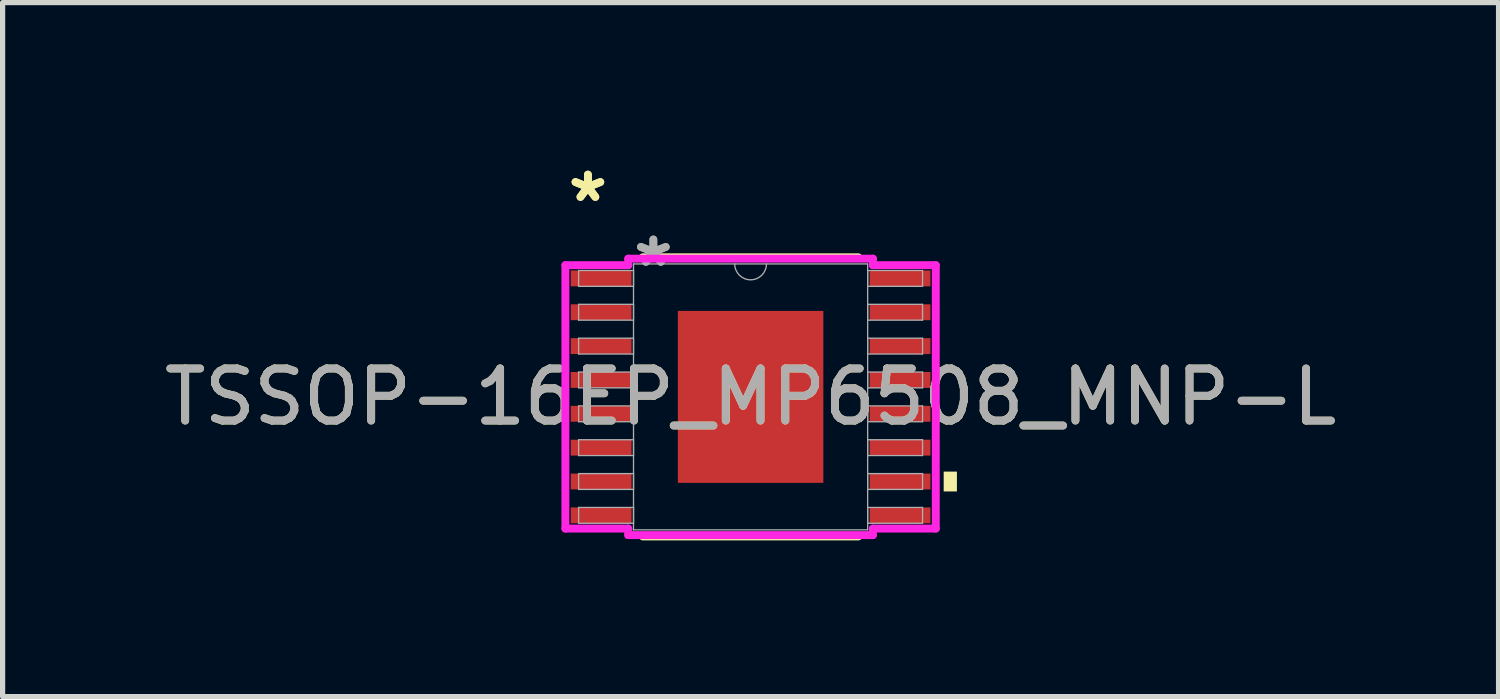
<source format=kicad_pcb>
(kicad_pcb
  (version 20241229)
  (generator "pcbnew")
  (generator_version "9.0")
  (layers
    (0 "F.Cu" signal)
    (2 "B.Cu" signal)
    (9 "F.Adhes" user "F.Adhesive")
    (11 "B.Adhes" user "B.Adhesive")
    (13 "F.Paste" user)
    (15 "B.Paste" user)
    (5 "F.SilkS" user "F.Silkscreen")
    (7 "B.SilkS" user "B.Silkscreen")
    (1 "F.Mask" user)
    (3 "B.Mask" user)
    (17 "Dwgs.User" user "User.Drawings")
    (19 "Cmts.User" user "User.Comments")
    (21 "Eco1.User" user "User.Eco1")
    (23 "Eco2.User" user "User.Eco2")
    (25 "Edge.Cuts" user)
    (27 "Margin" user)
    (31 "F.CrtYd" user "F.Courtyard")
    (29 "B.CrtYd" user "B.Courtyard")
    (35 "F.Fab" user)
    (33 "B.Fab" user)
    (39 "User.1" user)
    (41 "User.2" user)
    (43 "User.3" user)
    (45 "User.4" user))
  (footprint "TSSOP-16EP_MP6508_MNP-L"
    (layer "F.Cu")
    (at 11.363 4.571)
    (property "Reference" "TSSOP-16EP_MP6508_MNP-L" (at 0 0 0) (unlocked yes) (layer "F.SilkS") (effects (font (size 1 1) (thickness 0.15))))
    (attr smd)
    (fp_line (start -2.069 2.68) (end 2.069 2.68) (stroke (width 0.152) (type solid)) (layer "F.SilkS"))
    (fp_line (start 2.069 -2.68) (end -2.069 -2.68) (stroke (width 0.152) (type solid)) (layer "F.SilkS"))
    (fp_poly (pts (xy 3.962 1.435) (xy 3.962 1.816) (xy 3.708 1.816) (xy 3.708 1.435)) (stroke (width 0) (type solid)) (fill yes) (layer "F.SilkS"))
    (fp_poly (pts (xy -1.297 -1.551) (xy -1.297 -0.1) (xy -0.1 -0.1) (xy -0.1 -1.551)) (stroke (width 0) (type solid)) (fill yes) (layer "F.Paste"))
    (fp_poly (pts (xy -1.297 0.1) (xy -1.297 1.551) (xy -0.1 1.551) (xy -0.1 0.1)) (stroke (width 0) (type solid)) (fill yes) (layer "F.Paste"))
    (fp_poly (pts (xy 0.1 -1.551) (xy 0.1 -0.1) (xy 1.297 -0.1) (xy 1.297 -1.551)) (stroke (width 0) (type solid)) (fill yes) (layer "F.Paste"))
    (fp_poly (pts (xy 0.1 0.1) (xy 0.1 1.551) (xy 1.297 1.551) (xy 1.297 0.1)) (stroke (width 0) (type solid)) (fill yes) (layer "F.Paste"))
    (fp_line (start -3.556 -2.529) (end -2.349 -2.529) (stroke (width 0.152) (type solid)) (layer "F.CrtYd"))
    (fp_line (start -3.556 2.529) (end -3.556 -2.529) (stroke (width 0.152) (type solid)) (layer "F.CrtYd"))
    (fp_line (start -3.556 2.529) (end -2.349 2.529) (stroke (width 0.152) (type solid)) (layer "F.CrtYd"))
    (fp_line (start -2.349 -2.654) (end 2.349 -2.654) (stroke (width 0.152) (type solid)) (layer "F.CrtYd"))
    (fp_line (start -2.349 -2.529) (end -2.349 -2.654) (stroke (width 0.152) (type solid)) (layer "F.CrtYd"))
    (fp_line (start -2.349 2.654) (end -2.349 2.529) (stroke (width 0.152) (type solid)) (layer "F.CrtYd"))
    (fp_line (start 2.349 -2.654) (end 2.349 -2.529) (stroke (width 0.152) (type solid)) (layer "F.CrtYd"))
    (fp_line (start 2.349 2.529) (end 2.349 2.654) (stroke (width 0.152) (type solid)) (layer "F.CrtYd"))
    (fp_line (start 2.349 2.654) (end -2.349 2.654) (stroke (width 0.152) (type solid)) (layer "F.CrtYd"))
    (fp_line (start 3.556 -2.529) (end 2.349 -2.529) (stroke (width 0.152) (type solid)) (layer "F.CrtYd"))
    (fp_line (start 3.556 -2.529) (end 3.556 2.529) (stroke (width 0.152) (type solid)) (layer "F.CrtYd"))
    (fp_line (start 3.556 2.529) (end 2.349 2.529) (stroke (width 0.152) (type solid)) (layer "F.CrtYd"))
    (fp_line (start -3.302 -2.427) (end -3.302 -2.123) (stroke (width 0.025) (type solid)) (layer "F.Fab"))
    (fp_line (start -3.302 -2.123) (end -2.248 -2.123) (stroke (width 0.025) (type solid)) (layer "F.Fab"))
    (fp_line (start -3.302 -1.777) (end -3.302 -1.473) (stroke (width 0.025) (type solid)) (layer "F.Fab"))
    (fp_line (start -3.302 -1.473) (end -2.248 -1.473) (stroke (width 0.025) (type solid)) (layer "F.Fab"))
    (fp_line (start -3.302 -1.127) (end -3.302 -0.823) (stroke (width 0.025) (type solid)) (layer "F.Fab"))
    (fp_line (start -3.302 -0.823) (end -2.248 -0.823) (stroke (width 0.025) (type solid)) (layer "F.Fab"))
    (fp_line (start -3.302 -0.477) (end -3.302 -0.173) (stroke (width 0.025) (type solid)) (layer "F.Fab"))
    (fp_line (start -3.302 -0.173) (end -2.248 -0.173) (stroke (width 0.025) (type solid)) (layer "F.Fab"))
    (fp_line (start -3.302 0.173) (end -3.302 0.477) (stroke (width 0.025) (type solid)) (layer "F.Fab"))
    (fp_line (start -3.302 0.477) (end -2.248 0.477) (stroke (width 0.025) (type solid)) (layer "F.Fab"))
    (fp_line (start -3.302 0.823) (end -3.302 1.127) (stroke (width 0.025) (type solid)) (layer "F.Fab"))
    (fp_line (start -3.302 1.127) (end -2.248 1.127) (stroke (width 0.025) (type solid)) (layer "F.Fab"))
    (fp_line (start -3.302 1.473) (end -3.302 1.777) (stroke (width 0.025) (type solid)) (layer "F.Fab"))
    (fp_line (start -3.302 1.777) (end -2.248 1.777) (stroke (width 0.025) (type solid)) (layer "F.Fab"))
    (fp_line (start -3.302 2.123) (end -3.302 2.427) (stroke (width 0.025) (type solid)) (layer "F.Fab"))
    (fp_line (start -3.302 2.427) (end -2.248 2.427) (stroke (width 0.025) (type solid)) (layer "F.Fab"))
    (fp_line (start -2.248 -2.553) (end -2.248 2.553) (stroke (width 0.025) (type solid)) (layer "F.Fab"))
    (fp_line (start -2.248 -2.427) (end -3.302 -2.427) (stroke (width 0.025) (type solid)) (layer "F.Fab"))
    (fp_line (start -2.248 -2.123) (end -2.248 -2.427) (stroke (width 0.025) (type solid)) (layer "F.Fab"))
    (fp_line (start -2.248 -1.777) (end -3.302 -1.777) (stroke (width 0.025) (type solid)) (layer "F.Fab"))
    (fp_line (start -2.248 -1.473) (end -2.248 -1.777) (stroke (width 0.025) (type solid)) (layer "F.Fab"))
    (fp_line (start -2.248 -1.127) (end -3.302 -1.127) (stroke (width 0.025) (type solid)) (layer "F.Fab"))
    (fp_line (start -2.248 -0.823) (end -2.248 -1.127) (stroke (width 0.025) (type solid)) (layer "F.Fab"))
    (fp_line (start -2.248 -0.477) (end -3.302 -0.477) (stroke (width 0.025) (type solid)) (layer "F.Fab"))
    (fp_line (start -2.248 -0.173) (end -2.248 -0.477) (stroke (width 0.025) (type solid)) (layer "F.Fab"))
    (fp_line (start -2.248 0.173) (end -3.302 0.173) (stroke (width 0.025) (type solid)) (layer "F.Fab"))
    (fp_line (start -2.248 0.477) (end -2.248 0.173) (stroke (width 0.025) (type solid)) (layer "F.Fab"))
    (fp_line (start -2.248 0.823) (end -3.302 0.823) (stroke (width 0.025) (type solid)) (layer "F.Fab"))
    (fp_line (start -2.248 1.127) (end -2.248 0.823) (stroke (width 0.025) (type solid)) (layer "F.Fab"))
    (fp_line (start -2.248 1.473) (end -3.302 1.473) (stroke (width 0.025) (type solid)) (layer "F.Fab"))
    (fp_line (start -2.248 1.777) (end -2.248 1.473) (stroke (width 0.025) (type solid)) (layer "F.Fab"))
    (fp_line (start -2.248 2.123) (end -3.302 2.123) (stroke (width 0.025) (type solid)) (layer "F.Fab"))
    (fp_line (start -2.248 2.427) (end -2.248 2.123) (stroke (width 0.025) (type solid)) (layer "F.Fab"))
    (fp_line (start -2.248 2.553) (end 2.248 2.553) (stroke (width 0.025) (type solid)) (layer "F.Fab"))
    (fp_line (start 2.248 -2.553) (end -2.248 -2.553) (stroke (width 0.025) (type solid)) (layer "F.Fab"))
    (fp_line (start 2.248 -2.427) (end 2.248 -2.123) (stroke (width 0.025) (type solid)) (layer "F.Fab"))
    (fp_line (start 2.248 -2.123) (end 3.302 -2.123) (stroke (width 0.025) (type solid)) (layer "F.Fab"))
    (fp_line (start 2.248 -1.777) (end 2.248 -1.473) (stroke (width 0.025) (type solid)) (layer "F.Fab"))
    (fp_line (start 2.248 -1.473) (end 3.302 -1.473) (stroke (width 0.025) (type solid)) (layer "F.Fab"))
    (fp_line (start 2.248 -1.127) (end 2.248 -0.823) (stroke (width 0.025) (type solid)) (layer "F.Fab"))
    (fp_line (start 2.248 -0.823) (end 3.302 -0.823) (stroke (width 0.025) (type solid)) (layer "F.Fab"))
    (fp_line (start 2.248 -0.477) (end 2.248 -0.173) (stroke (width 0.025) (type solid)) (layer "F.Fab"))
    (fp_line (start 2.248 -0.173) (end 3.302 -0.173) (stroke (width 0.025) (type solid)) (layer "F.Fab"))
    (fp_line (start 2.248 0.173) (end 2.248 0.477) (stroke (width 0.025) (type solid)) (layer "F.Fab"))
    (fp_line (start 2.248 0.477) (end 3.302 0.477) (stroke (width 0.025) (type solid)) (layer "F.Fab"))
    (fp_line (start 2.248 0.823) (end 2.248 1.127) (stroke (width 0.025) (type solid)) (layer "F.Fab"))
    (fp_line (start 2.248 1.127) (end 3.302 1.127) (stroke (width 0.025) (type solid)) (layer "F.Fab"))
    (fp_line (start 2.248 1.473) (end 2.248 1.777) (stroke (width 0.025) (type solid)) (layer "F.Fab"))
    (fp_line (start 2.248 1.777) (end 3.302 1.777) (stroke (width 0.025) (type solid)) (layer "F.Fab"))
    (fp_line (start 2.248 2.123) (end 2.248 2.427) (stroke (width 0.025) (type solid)) (layer "F.Fab"))
    (fp_line (start 2.248 2.427) (end 3.302 2.427) (stroke (width 0.025) (type solid)) (layer "F.Fab"))
    (fp_line (start 2.248 2.553) (end 2.248 -2.553) (stroke (width 0.025) (type solid)) (layer "F.Fab"))
    (fp_line (start 3.302 -2.427) (end 2.248 -2.427) (stroke (width 0.025) (type solid)) (layer "F.Fab"))
    (fp_line (start 3.302 -2.123) (end 3.302 -2.427) (stroke (width 0.025) (type solid)) (layer "F.Fab"))
    (fp_line (start 3.302 -1.777) (end 2.248 -1.777) (stroke (width 0.025) (type solid)) (layer "F.Fab"))
    (fp_line (start 3.302 -1.473) (end 3.302 -1.777) (stroke (width 0.025) (type solid)) (layer "F.Fab"))
    (fp_line (start 3.302 -1.127) (end 2.248 -1.127) (stroke (width 0.025) (type solid)) (layer "F.Fab"))
    (fp_line (start 3.302 -0.823) (end 3.302 -1.127) (stroke (width 0.025) (type solid)) (layer "F.Fab"))
    (fp_line (start 3.302 -0.477) (end 2.248 -0.477) (stroke (width 0.025) (type solid)) (layer "F.Fab"))
    (fp_line (start 3.302 -0.173) (end 3.302 -0.477) (stroke (width 0.025) (type solid)) (layer "F.Fab"))
    (fp_line (start 3.302 0.173) (end 2.248 0.173) (stroke (width 0.025) (type solid)) (layer "F.Fab"))
    (fp_line (start 3.302 0.477) (end 3.302 0.173) (stroke (width 0.025) (type solid)) (layer "F.Fab"))
    (fp_line (start 3.302 0.823) (end 2.248 0.823) (stroke (width 0.025) (type solid)) (layer "F.Fab"))
    (fp_line (start 3.302 1.127) (end 3.302 0.823) (stroke (width 0.025) (type solid)) (layer "F.Fab"))
    (fp_line (start 3.302 1.473) (end 2.248 1.473) (stroke (width 0.025) (type solid)) (layer "F.Fab"))
    (fp_line (start 3.302 1.777) (end 3.302 1.473) (stroke (width 0.025) (type solid)) (layer "F.Fab"))
    (fp_line (start 3.302 2.123) (end 2.248 2.123) (stroke (width 0.025) (type solid)) (layer "F.Fab"))
    (fp_line (start 3.302 2.427) (end 3.302 2.123) (stroke (width 0.025) (type solid)) (layer "F.Fab"))
    (fp_arc (start 0.3048 -2.5527) (mid 0 -2.2479) (end -0.3048 -2.5527) (stroke (width 0.0254) (type solid)) (layer "F.Fab"))
    (fp_text user "*" (at -3.124 -3.723 0) (unlocked yes) (layer "F.SilkS") (effects (font (size 1 1) (thickness 0.15))))
    (fp_text user "*" (at -3.124 -3.723 0) (layer "F.SilkS") (effects (font (size 1 1) (thickness 0.15))))
    (fp_text user "*" (at -1.867 -2.477 0) (unlocked yes) (layer "F.Fab") (effects (font (size 1 1) (thickness 0.15))))
    (fp_text user "${REFERENCE}" (at 0 0 0) (unlocked yes) (layer "F.Fab") (effects (font (size 1 1) (thickness 0.15))))
    (fp_text user "*" (at -1.867 -2.477 0) (layer "F.Fab") (effects (font (size 1 1) (thickness 0.15))))
    (pad "1" smd rect (at -2.87 -2.275) (size 1.168 0.305) (layers "F.Cu" "F.Mask" "F.Paste"))
    (pad "2" smd rect (at -2.87 -1.625) (size 1.168 0.305) (layers "F.Cu" "F.Mask" "F.Paste"))
    (pad "3" smd rect (at -2.87 -0.975) (size 1.168 0.305) (layers "F.Cu" "F.Mask" "F.Paste"))
    (pad "4" smd rect (at -2.87 -0.325) (size 1.168 0.305) (layers "F.Cu" "F.Mask" "F.Paste"))
    (pad "5" smd rect (at -2.87 0.325) (size 1.168 0.305) (layers "F.Cu" "F.Mask" "F.Paste"))
    (pad "6" smd rect (at -2.87 0.975) (size 1.168 0.305) (layers "F.Cu" "F.Mask" "F.Paste"))
    (pad "7" smd rect (at -2.87 1.625) (size 1.168 0.305) (layers "F.Cu" "F.Mask" "F.Paste"))
    (pad "8" smd rect (at -2.87 2.275) (size 1.168 0.305) (layers "F.Cu" "F.Mask" "F.Paste"))
    (pad "9" smd rect (at 2.87 2.275) (size 1.168 0.305) (layers "F.Cu" "F.Mask" "F.Paste"))
    (pad "10" smd rect (at 2.87 1.625) (size 1.168 0.305) (layers "F.Cu" "F.Mask" "F.Paste"))
    (pad "11" smd rect (at 2.87 0.975) (size 1.168 0.305) (layers "F.Cu" "F.Mask" "F.Paste"))
    (pad "12" smd rect (at 2.87 0.325) (size 1.168 0.305) (layers "F.Cu" "F.Mask" "F.Paste"))
    (pad "13" smd rect (at 2.87 -0.325) (size 1.168 0.305) (layers "F.Cu" "F.Mask" "F.Paste"))
    (pad "14" smd rect (at 2.87 -0.975) (size 1.168 0.305) (layers "F.Cu" "F.Mask" "F.Paste"))
    (pad "15" smd rect (at 2.87 -1.625) (size 1.168 0.305) (layers "F.Cu" "F.Mask" "F.Paste"))
    (pad "16" smd rect (at 2.87 -2.275) (size 1.168 0.305) (layers "F.Cu" "F.Mask" "F.Paste"))
    (pad "EPAD" smd rect (at 0 0) (size 2.794 3.302) (layers "F.Cu" "F.Mask")))
  (gr_rect
    (start -3 -3)
    (end 25.726 10.327)
    (stroke (width 0.1) (type default))
    (fill no)
    (layer "Edge.Cuts")))
</source>
